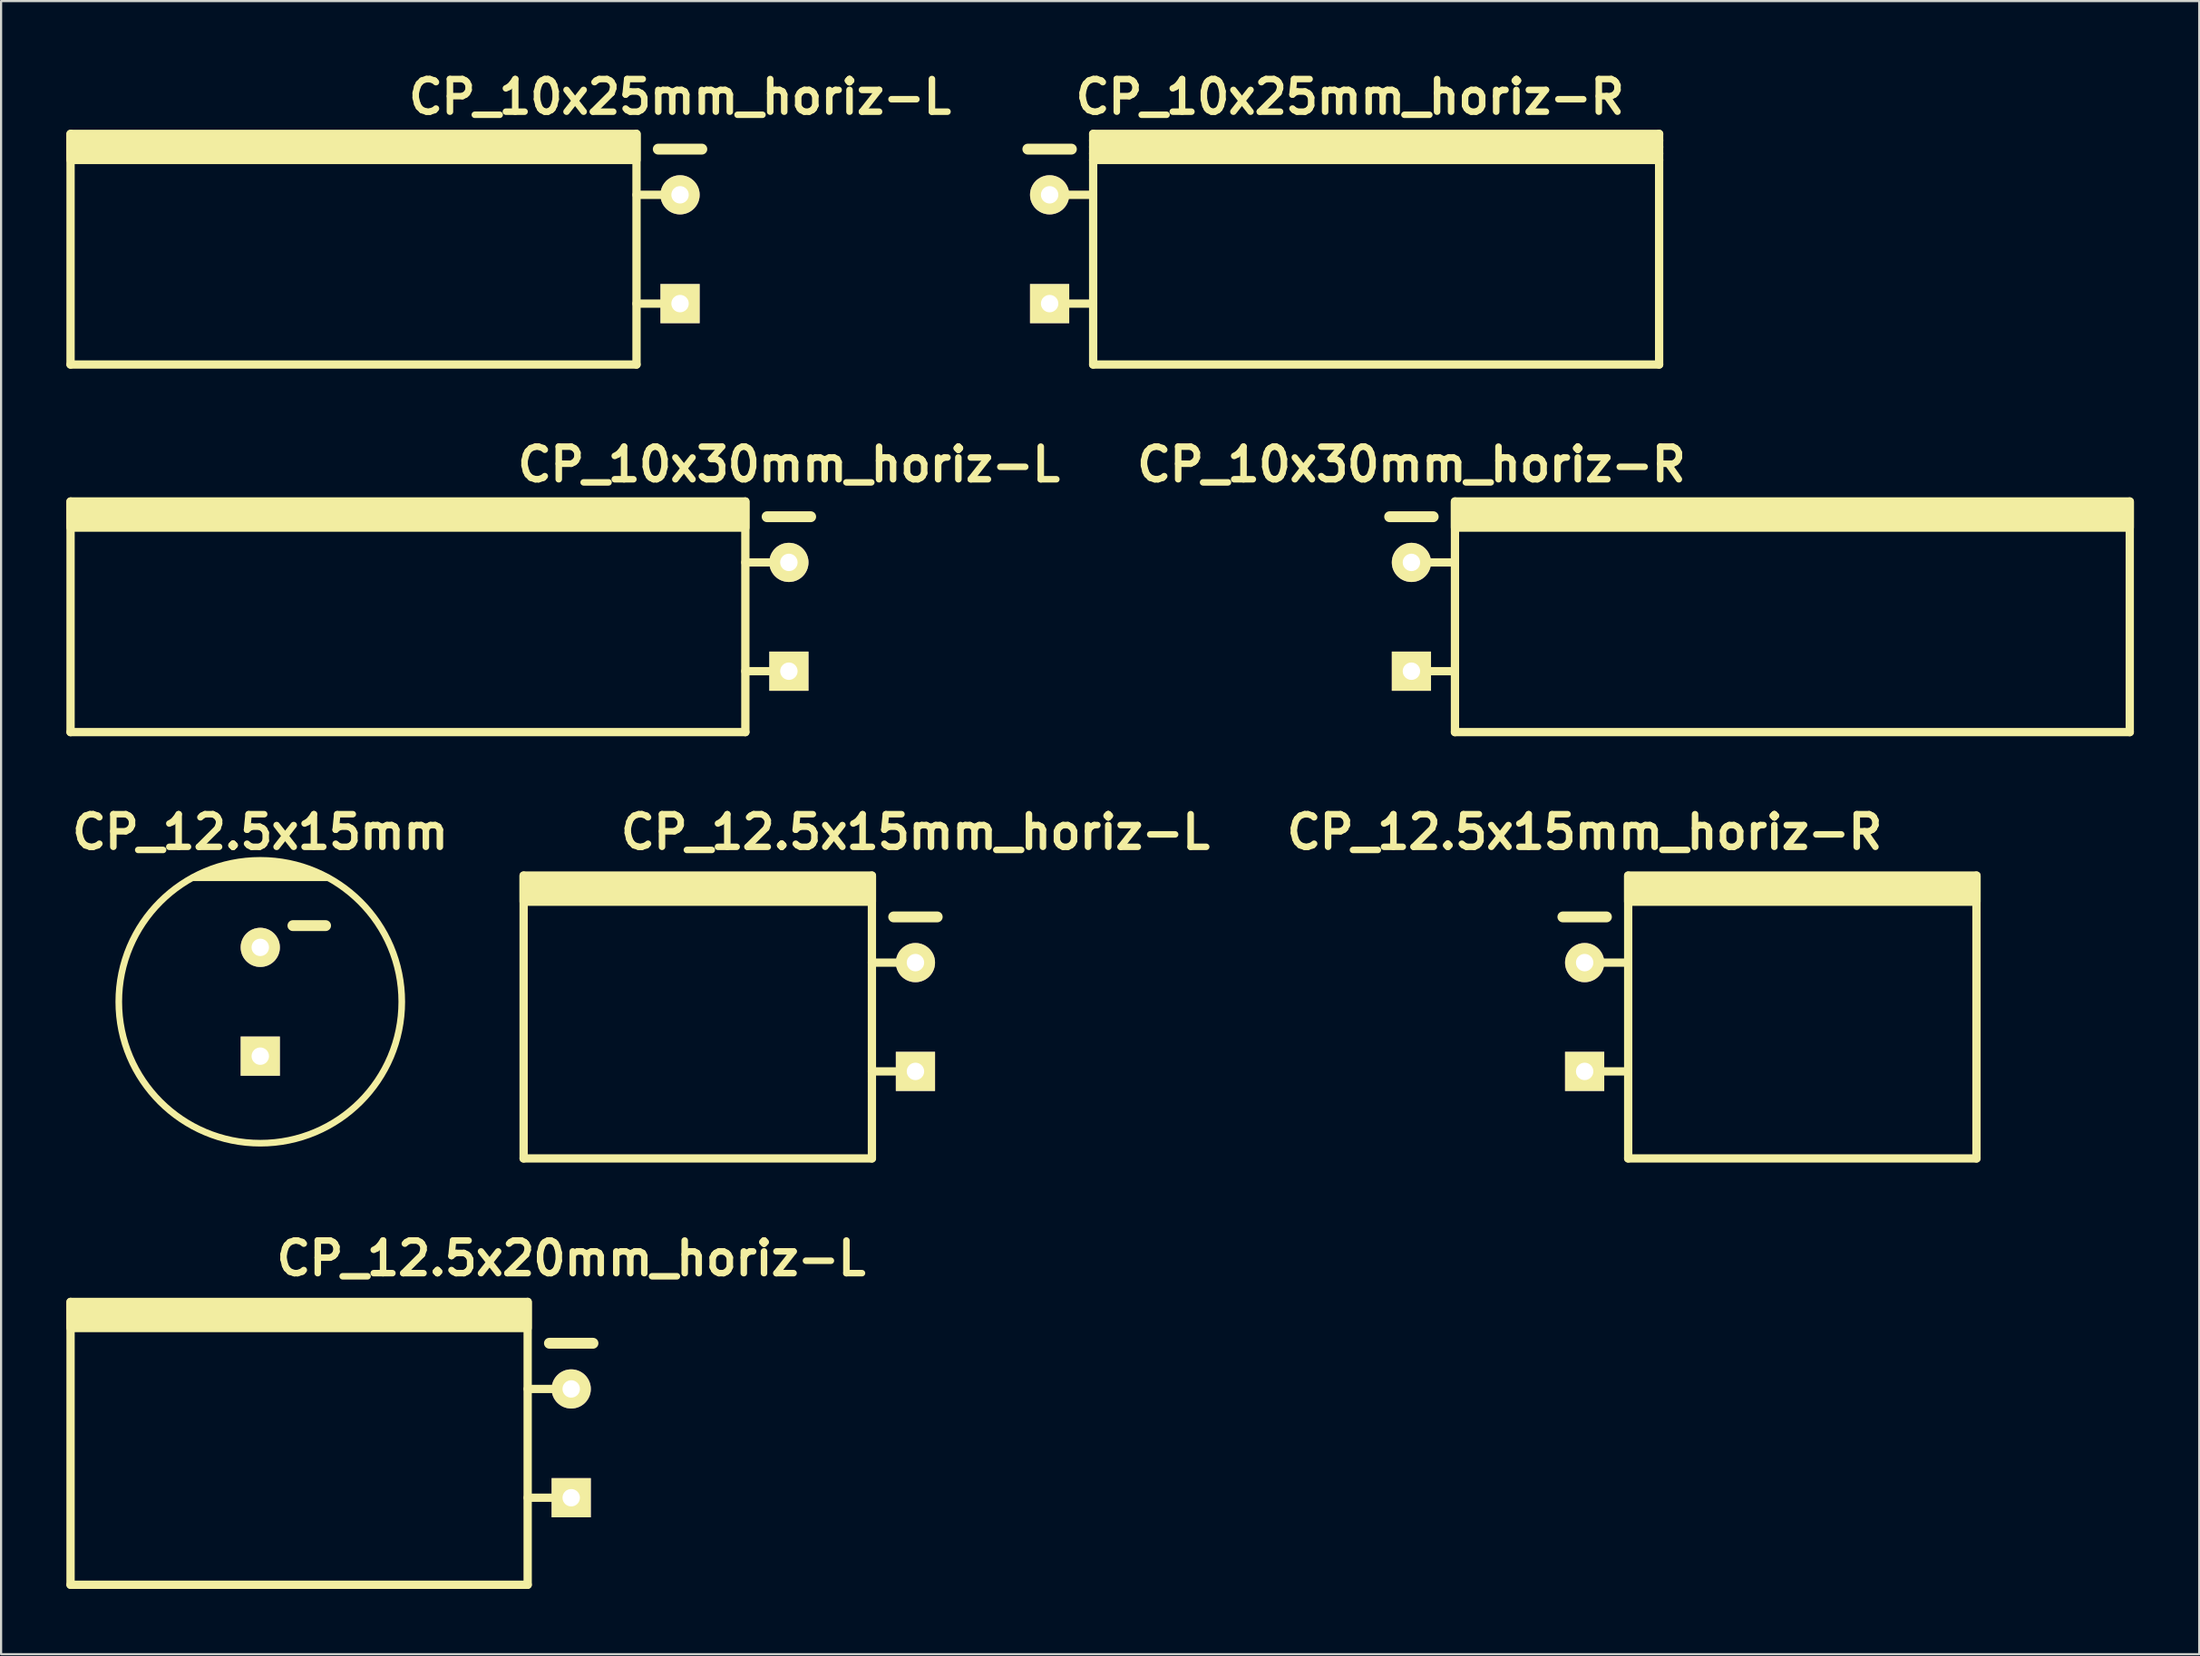
<source format=kicad_pcb>
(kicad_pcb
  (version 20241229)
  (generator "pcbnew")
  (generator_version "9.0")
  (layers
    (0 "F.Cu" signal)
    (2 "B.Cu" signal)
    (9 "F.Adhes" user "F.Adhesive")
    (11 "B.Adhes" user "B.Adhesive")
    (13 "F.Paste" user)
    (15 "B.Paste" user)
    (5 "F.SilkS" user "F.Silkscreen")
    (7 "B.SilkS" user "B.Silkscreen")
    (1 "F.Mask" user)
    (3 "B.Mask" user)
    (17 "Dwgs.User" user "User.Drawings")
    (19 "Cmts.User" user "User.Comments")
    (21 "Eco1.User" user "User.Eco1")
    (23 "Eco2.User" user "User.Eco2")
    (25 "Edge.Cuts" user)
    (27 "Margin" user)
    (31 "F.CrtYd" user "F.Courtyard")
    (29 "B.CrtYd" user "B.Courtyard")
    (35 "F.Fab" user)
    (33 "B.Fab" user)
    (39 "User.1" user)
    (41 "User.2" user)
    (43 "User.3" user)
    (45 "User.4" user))
  (footprint "CP_12.5x15mm"
    (layer "F.Cu")
    (at 8.907 42.993)
    (property "Reference" "CP_12.5x15mm" (at 0 -7.8 0) (layer "F.SilkS") (effects (font (size 1.5 1.5) (thickness 0.3))))
    (attr through_hole)
    (fp_line (start -3.1 -5.7) (end 3.1 -5.7) (stroke (width 0.305) (type solid)) (layer "F.SilkS"))
    (fp_line (start -1.4 -6.3) (end 1.4 -6.3) (stroke (width 0.305) (type solid)) (layer "F.SilkS"))
    (fp_line (start 1.5 -3.5) (end 3 -3.5) (stroke (width 0.5) (type solid)) (layer "F.SilkS"))
    (fp_line (start 2 -6.1) (end -2 -6.1) (stroke (width 0.305) (type solid)) (layer "F.SilkS"))
    (fp_line (start 2.4 -5.9) (end -2.4 -5.9) (stroke (width 0.305) (type solid)) (layer "F.SilkS"))
    (fp_circle (center 0 0) (end -6.5 0) (stroke (width 0.305) (type solid)) (fill no) (layer "F.SilkS"))
    (pad "1" thru_hole rect (at 0 2.5) (size 1.8 1.8) (drill 0.8) (layers "*.Cu" "*.Mask" "F.SilkS"))
    (pad "2" thru_hole circle (at 0 -2.5) (size 1.8 1.8) (drill 0.8) (layers "*.Cu" "*.Mask" "F.SilkS")))
  (footprint "CP_12.5x15mm_horiz-L"
    (layer "F.Cu")
    (at 39.005 43.693)
    (property "Reference" "CP_12.5x15mm_horiz-L" (at 0 -8.5 0) (layer "F.SilkS") (effects (font (size 1.5 1.5) (thickness 0.3))))
    (attr through_hole)
    (fp_line (start -18 6.5) (end -18 -6.5) (stroke (width 0.381) (type solid)) (layer "F.SilkS"))
    (fp_line (start -2 -6.5) (end -2 6.5) (stroke (width 0.381) (type solid)) (layer "F.SilkS"))
    (fp_line (start -2 -2.5) (end 0 -2.5) (stroke (width 0.381) (type solid)) (layer "F.SilkS"))
    (fp_line (start -2 2.5) (end 0 2.5) (stroke (width 0.381) (type solid)) (layer "F.SilkS"))
    (fp_line (start -2 6.5) (end -18 6.5) (stroke (width 0.381) (type solid)) (layer "F.SilkS"))
    (fp_line (start -1 -4.6) (end 1 -4.6) (stroke (width 0.5) (type solid)) (layer "F.SilkS"))
    (fp_poly (pts (xy -2 -5.3) (xy -18 -5.3) (xy -18 -6.5) (xy -2 -6.5)) (stroke (width 0.381) (type solid)) (fill yes) (layer "F.SilkS"))
    (pad "1" thru_hole rect (at 0 2.5) (size 1.8 1.8) (drill 0.8) (layers "*.Cu" "*.Mask" "F.SilkS"))
    (pad "2" thru_hole circle (at 0 -2.5) (size 1.8 1.8) (drill 0.8) (layers "*.Cu" "*.Mask" "F.SilkS")))
  (footprint "CP_10x30mm_horiz-R"
    (layer "F.Cu")
    (at 61.79 25.299)
    (property "Reference" "CP_10x30mm_horiz-R" (at 0 -7 0) (layer "F.SilkS") (effects (font (size 1.5 1.5) (thickness 0.3))))
    (attr through_hole)
    (fp_line (start -1 -4.6) (end 1 -4.6) (stroke (width 0.5) (type solid)) (layer "F.SilkS"))
    (fp_line (start 0 -2.5) (end 2 -2.5) (stroke (width 0.381) (type solid)) (layer "F.SilkS"))
    (fp_line (start 0 2.5) (end 2 2.5) (stroke (width 0.381) (type solid)) (layer "F.SilkS"))
    (fp_line (start 2 5.3) (end 2 -5.3) (stroke (width 0.381) (type solid)) (layer "F.SilkS"))
    (fp_line (start 33 -5.3) (end 33 5.3) (stroke (width 0.381) (type solid)) (layer "F.SilkS"))
    (fp_line (start 33 5.3) (end 2 5.3) (stroke (width 0.381) (type solid)) (layer "F.SilkS"))
    (fp_poly (pts (xy 33 -4.1) (xy 2 -4.1) (xy 2 -5.3) (xy 33 -5.3)) (stroke (width 0.381) (type solid)) (fill yes) (layer "F.SilkS"))
    (pad "1" thru_hole rect (at 0 2.5) (size 1.8 1.8) (drill 0.8) (layers "*.Cu" "*.Mask" "F.SilkS"))
    (pad "2" thru_hole circle (at 0 -2.5) (size 1.8 1.8) (drill 0.8) (layers "*.Cu" "*.Mask" "F.SilkS")))
  (footprint "CP_12.5x15mm_horiz-R"
    (layer "F.Cu")
    (at 69.748 43.693)
    (property "Reference" "CP_12.5x15mm_horiz-R" (at 0 -8.5 0) (layer "F.SilkS") (effects (font (size 1.5 1.5) (thickness 0.3))))
    (attr through_hole)
    (fp_line (start -1 -4.6) (end 1 -4.6) (stroke (width 0.5) (type solid)) (layer "F.SilkS"))
    (fp_line (start 0 -2.5) (end 2 -2.5) (stroke (width 0.381) (type solid)) (layer "F.SilkS"))
    (fp_line (start 0 2.5) (end 2 2.5) (stroke (width 0.381) (type solid)) (layer "F.SilkS"))
    (fp_line (start 2 6.5) (end 2 -6.5) (stroke (width 0.381) (type solid)) (layer "F.SilkS"))
    (fp_line (start 18 -6.5) (end 18 6.5) (stroke (width 0.381) (type solid)) (layer "F.SilkS"))
    (fp_line (start 18 6.5) (end 2 6.5) (stroke (width 0.381) (type solid)) (layer "F.SilkS"))
    (fp_poly (pts (xy 18 -5.3) (xy 2 -5.3) (xy 2 -6.5) (xy 18 -6.5)) (stroke (width 0.381) (type solid)) (fill yes) (layer "F.SilkS"))
    (pad "1" thru_hole rect (at 0 2.5) (size 1.8 1.8) (drill 0.8) (layers "*.Cu" "*.Mask" "F.SilkS"))
    (pad "2" thru_hole circle (at 0 -2.5) (size 1.8 1.8) (drill 0.8) (layers "*.Cu" "*.Mask" "F.SilkS")))
  (footprint "CP_10x25mm_horiz-L"
    (layer "F.Cu")
    (at 28.191 8.404)
    (property "Reference" "CP_10x25mm_horiz-L" (at 0 -7 0) (layer "F.SilkS") (effects (font (size 1.5 1.5) (thickness 0.3))))
    (attr through_hole)
    (fp_line (start -28 5.3) (end -28 -5.3) (stroke (width 0.381) (type solid)) (layer "F.SilkS"))
    (fp_line (start -2 -5.3) (end -2 5.3) (stroke (width 0.381) (type solid)) (layer "F.SilkS"))
    (fp_line (start -2 -2.5) (end 0 -2.5) (stroke (width 0.381) (type solid)) (layer "F.SilkS"))
    (fp_line (start -2 2.5) (end 0 2.5) (stroke (width 0.381) (type solid)) (layer "F.SilkS"))
    (fp_line (start -2 5.3) (end -28 5.3) (stroke (width 0.381) (type solid)) (layer "F.SilkS"))
    (fp_line (start -1 -4.6) (end 1 -4.6) (stroke (width 0.5) (type solid)) (layer "F.SilkS"))
    (fp_poly (pts (xy -2 -4.1) (xy -28 -4.1) (xy -28 -5.3) (xy -2 -5.3)) (stroke (width 0.381) (type solid)) (fill yes) (layer "F.SilkS"))
    (pad "1" thru_hole rect (at 0 2.5) (size 1.8 1.8) (drill 0.8) (layers "*.Cu" "*.Mask" "F.SilkS"))
    (pad "2" thru_hole circle (at 0 -2.5) (size 1.8 1.8) (drill 0.8) (layers "*.Cu" "*.Mask" "F.SilkS")))
  (footprint "CP_10x25mm_horiz-R"
    (layer "F.Cu")
    (at 58.969 8.404)
    (property "Reference" "CP_10x25mm_horiz-R" (at 0 -7 0) (layer "F.SilkS") (effects (font (size 1.5 1.5) (thickness 0.3))))
    (attr through_hole)
    (fp_line (start -14.8 -4.6) (end -12.8 -4.6) (stroke (width 0.5) (type solid)) (layer "F.SilkS"))
    (fp_line (start -13.8 -2.5) (end -11.8 -2.5) (stroke (width 0.381) (type solid)) (layer "F.SilkS"))
    (fp_line (start -13.8 2.5) (end -11.8 2.5) (stroke (width 0.381) (type solid)) (layer "F.SilkS"))
    (fp_line (start -11.8 -5) (end 14.2 -5) (stroke (width 0.381) (type solid)) (layer "F.SilkS"))
    (fp_line (start -11.8 -4.7) (end 14.2 -4.7) (stroke (width 0.381) (type solid)) (layer "F.SilkS"))
    (fp_line (start -11.8 -4.4) (end 14.2 -4.4) (stroke (width 0.381) (type solid)) (layer "F.SilkS"))
    (fp_line (start -11.8 -4.1) (end 14.2 -4.1) (stroke (width 0.381) (type solid)) (layer "F.SilkS"))
    (fp_line (start -11.8 5.3) (end -11.8 -5.3) (stroke (width 0.381) (type solid)) (layer "F.SilkS"))
    (fp_line (start 14.2 -5.3) (end -11.8 -5.3) (stroke (width 0.381) (type solid)) (layer "F.SilkS"))
    (fp_line (start 14.2 -5.3) (end 14.2 5.3) (stroke (width 0.381) (type solid)) (layer "F.SilkS"))
    (fp_line (start 14.2 5.3) (end -11.8 5.3) (stroke (width 0.381) (type solid)) (layer "F.SilkS"))
    (pad "1" thru_hole rect (at -13.8 2.5) (size 1.8 1.8) (drill 0.8) (layers "*.Cu" "*.Mask" "F.SilkS"))
    (pad "2" thru_hole circle (at -13.8 -2.5) (size 1.8 1.8) (drill 0.8) (layers "*.Cu" "*.Mask" "F.SilkS")))
  (footprint "CP_12.5x20mm_horiz-L"
    (layer "F.Cu")
    (at 23.191 63.288)
    (property "Reference" "CP_12.5x20mm_horiz-L" (at 0 -8.5 0) (layer "F.SilkS") (effects (font (size 1.5 1.5) (thickness 0.3))))
    (attr through_hole)
    (fp_line (start -23 6.5) (end -23 -6.5) (stroke (width 0.381) (type solid)) (layer "F.SilkS"))
    (fp_line (start -2 -6.5) (end -2 6.5) (stroke (width 0.381) (type solid)) (layer "F.SilkS"))
    (fp_line (start -2 -2.5) (end 0 -2.5) (stroke (width 0.381) (type solid)) (layer "F.SilkS"))
    (fp_line (start -2 2.5) (end 0 2.5) (stroke (width 0.381) (type solid)) (layer "F.SilkS"))
    (fp_line (start -2 6.5) (end -23 6.5) (stroke (width 0.381) (type solid)) (layer "F.SilkS"))
    (fp_line (start -1 -4.6) (end 1 -4.6) (stroke (width 0.5) (type solid)) (layer "F.SilkS"))
    (fp_poly (pts (xy -2 -5.3) (xy -23 -5.3) (xy -23 -6.5) (xy -2 -6.5)) (stroke (width 0.381) (type solid)) (fill yes) (layer "F.SilkS"))
    (pad "1" thru_hole rect (at 0 2.5) (size 1.8 1.8) (drill 0.8) (layers "*.Cu" "*.Mask" "F.SilkS"))
    (pad "2" thru_hole circle (at 0 -2.5) (size 1.8 1.8) (drill 0.8) (layers "*.Cu" "*.Mask" "F.SilkS")))
  (footprint "CP_10x30mm_horiz-L"
    (layer "F.Cu")
    (at 33.191 25.299)
    (property "Reference" "CP_10x30mm_horiz-L" (at 0 -7 0) (layer "F.SilkS") (effects (font (size 1.5 1.5) (thickness 0.3))))
    (attr through_hole)
    (fp_line (start -33 5.3) (end -33 -5.3) (stroke (width 0.381) (type solid)) (layer "F.SilkS"))
    (fp_line (start -2 -5.3) (end -2 5.3) (stroke (width 0.381) (type solid)) (layer "F.SilkS"))
    (fp_line (start -2 -2.5) (end 0 -2.5) (stroke (width 0.381) (type solid)) (layer "F.SilkS"))
    (fp_line (start -2 2.5) (end 0 2.5) (stroke (width 0.381) (type solid)) (layer "F.SilkS"))
    (fp_line (start -2 5.3) (end -33 5.3) (stroke (width 0.381) (type solid)) (layer "F.SilkS"))
    (fp_line (start -1 -4.6) (end 1 -4.6) (stroke (width 0.5) (type solid)) (layer "F.SilkS"))
    (fp_poly (pts (xy -2 -4.1) (xy -33 -4.1) (xy -33 -5.3) (xy -2 -5.3)) (stroke (width 0.381) (type solid)) (fill yes) (layer "F.SilkS"))
    (pad "1" thru_hole rect (at 0 2.5) (size 1.8 1.8) (drill 0.8) (layers "*.Cu" "*.Mask" "F.SilkS"))
    (pad "2" thru_hole circle (at 0 -2.5) (size 1.8 1.8) (drill 0.8) (layers "*.Cu" "*.Mask" "F.SilkS")))
  (gr_rect
    (start -3 -3)
    (end 97.981 72.978)
    (stroke (width 0.1) (type default))
    (fill no)
    (layer "Edge.Cuts")))
</source>
